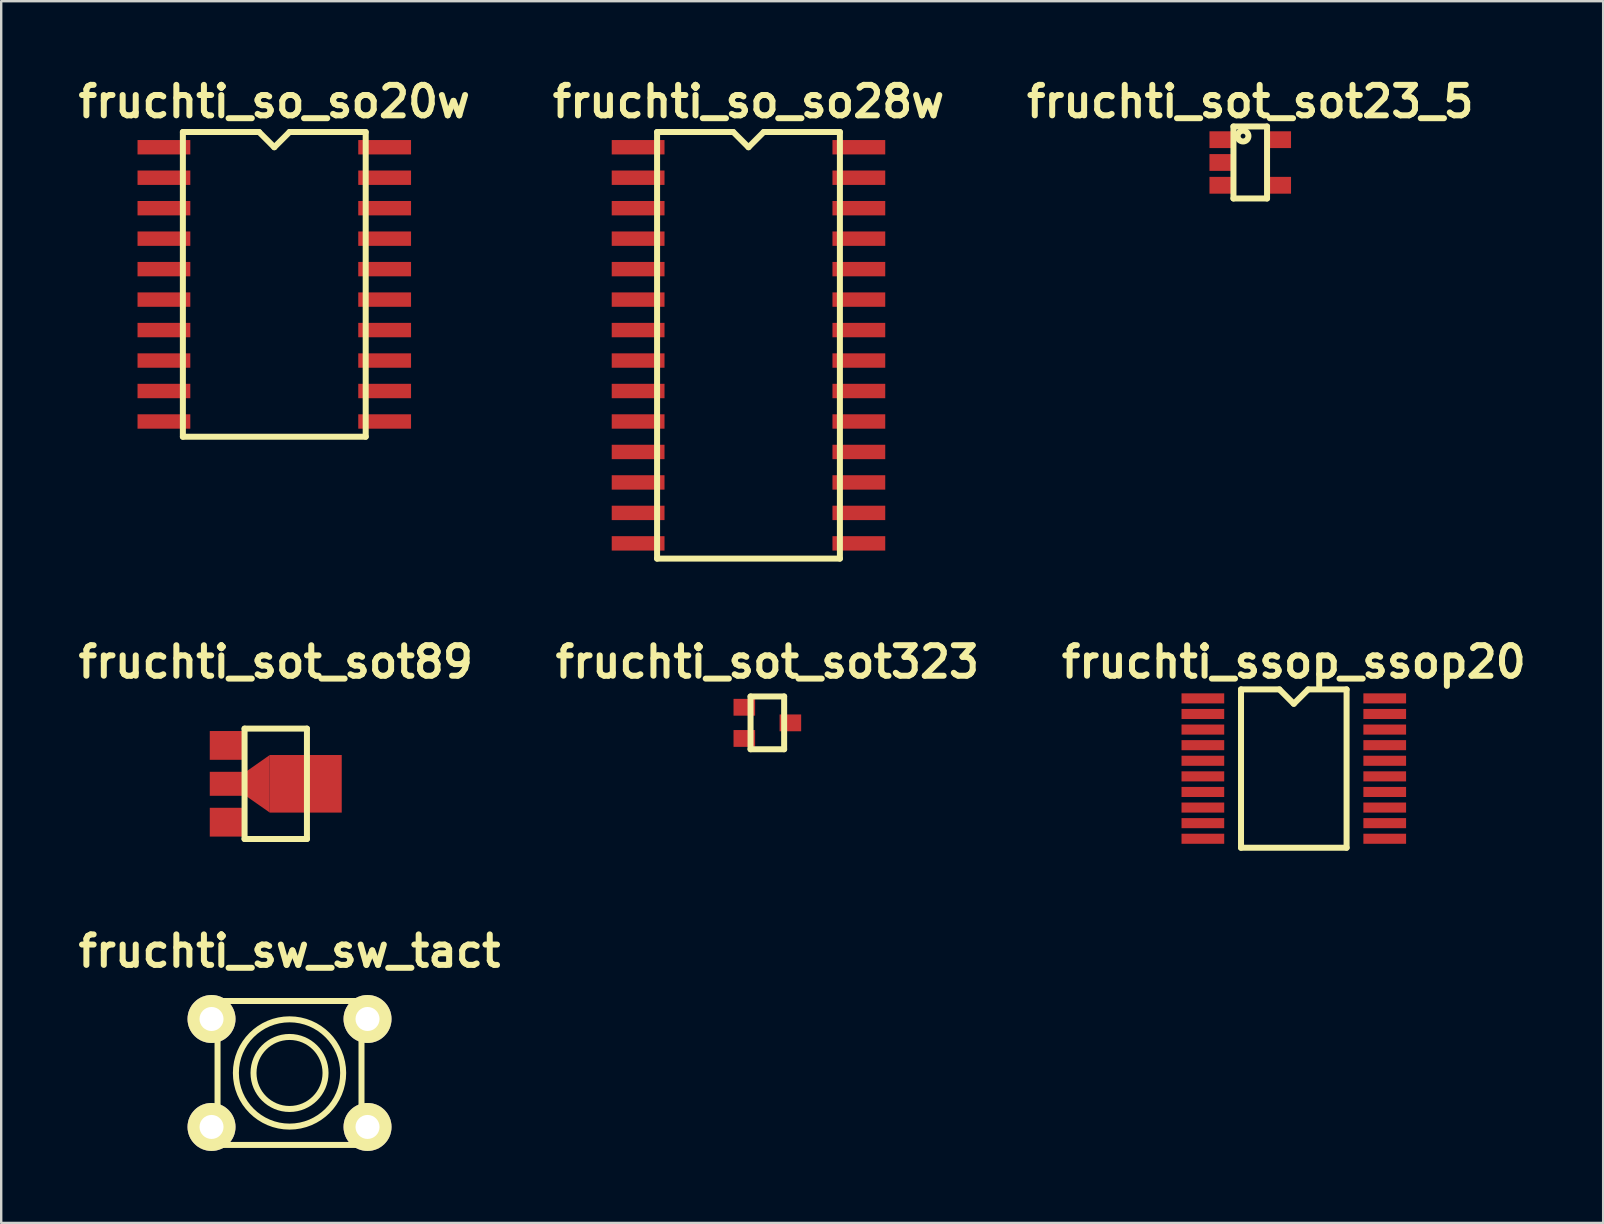
<source format=kicad_pcb>
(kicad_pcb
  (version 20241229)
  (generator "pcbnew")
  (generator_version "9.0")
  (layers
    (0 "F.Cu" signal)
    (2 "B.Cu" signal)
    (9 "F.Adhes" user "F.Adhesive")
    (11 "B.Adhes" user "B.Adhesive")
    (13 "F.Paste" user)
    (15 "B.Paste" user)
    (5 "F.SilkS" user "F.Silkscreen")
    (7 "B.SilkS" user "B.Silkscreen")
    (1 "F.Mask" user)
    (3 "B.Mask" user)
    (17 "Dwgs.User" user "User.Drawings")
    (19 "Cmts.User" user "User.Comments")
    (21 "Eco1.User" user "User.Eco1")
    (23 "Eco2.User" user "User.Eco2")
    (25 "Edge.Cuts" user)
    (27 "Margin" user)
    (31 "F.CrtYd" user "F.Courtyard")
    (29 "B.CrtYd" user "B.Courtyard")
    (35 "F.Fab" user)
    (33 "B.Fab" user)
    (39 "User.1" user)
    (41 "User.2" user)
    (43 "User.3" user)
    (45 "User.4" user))
  (footprint "fruchti_sot_sot89"
    (layer "F.Cu")
    (at 8.443 29.618)
    (property "Reference" "fruchti_sot_sot89" (at 0 -5.08 0) (layer "F.SilkS") (effects (font (size 1.27 1.27) (thickness 0.25))))
    (attr through_hole)
    (fp_line (start -1.3 -2.3) (end -1.3 2.3) (stroke (width 0.25) (type solid)) (layer "F.SilkS"))
    (fp_line (start -1.3 2.3) (end 1.3 2.3) (stroke (width 0.25) (type solid)) (layer "F.SilkS"))
    (fp_line (start 1.3 -2.3) (end -1.3 -2.3) (stroke (width 0.25) (type solid)) (layer "F.SilkS"))
    (fp_line (start 1.3 2.3) (end 1.3 -2.3) (stroke (width 0.25) (type solid)) (layer "F.SilkS"))
    (pad "1" smd rect (at -2 -1.6) (size 1.5 1.2) (layers "F.Cu" "F.Mask" "F.Paste"))
    (pad "2" smd rect (at -2 0) (size 1.5 1) (layers "F.Cu" "F.Mask" "F.Paste"))
    (pad "2" smd trapezoid (at -0.75 0 180) (size 1 1.7) (rect_delta 0.7 0) (layers "F.Cu" "F.Mask" "F.Paste"))
    (pad "2" smd rect (at 1.25 0) (size 3 2.4) (layers "F.Cu" "F.Mask" "F.Paste"))
    (pad "3" smd rect (at -2 1.6) (size 1.5 1.2) (layers "F.Cu" "F.Mask" "F.Paste")))
  (footprint "fruchti_so_so20w"
    (layer "F.Cu")
    (at 8.382 8.802)
    (property "Reference" "fruchti_so_so20w" (at 0 -7.62 0) (layer "F.SilkS") (effects (font (size 1.27 1.27) (thickness 0.25))))
    (attr through_hole)
    (fp_line (start -3.81 -6.35) (end -3.81 6.35) (stroke (width 0.25) (type solid)) (layer "F.SilkS"))
    (fp_line (start -3.81 6.35) (end 3.81 6.35) (stroke (width 0.25) (type solid)) (layer "F.SilkS"))
    (fp_line (start -0.635 -6.35) (end -3.81 -6.35) (stroke (width 0.25) (type solid)) (layer "F.SilkS"))
    (fp_line (start -0.635 -6.35) (end 0 -5.715) (stroke (width 0.25) (type solid)) (layer "F.SilkS"))
    (fp_line (start 0 -5.715) (end 0.635 -6.35) (stroke (width 0.25) (type solid)) (layer "F.SilkS"))
    (fp_line (start 3.81 -6.35) (end 0.635 -6.35) (stroke (width 0.25) (type solid)) (layer "F.SilkS"))
    (fp_line (start 3.81 6.35) (end 3.81 -6.35) (stroke (width 0.25) (type solid)) (layer "F.SilkS"))
    (pad "1" smd rect (at -4.6 -5.715) (size 2.2 0.6) (layers "F.Cu" "F.Mask" "F.Paste"))
    (pad "2" smd rect (at -4.6 -4.445) (size 2.2 0.6) (layers "F.Cu" "F.Mask" "F.Paste"))
    (pad "3" smd rect (at -4.6 -3.175) (size 2.2 0.6) (layers "F.Cu" "F.Mask" "F.Paste"))
    (pad "4" smd rect (at -4.6 -1.905) (size 2.2 0.6) (layers "F.Cu" "F.Mask" "F.Paste"))
    (pad "5" smd rect (at -4.6 -0.635) (size 2.2 0.6) (layers "F.Cu" "F.Mask" "F.Paste"))
    (pad "6" smd rect (at -4.6 0.635) (size 2.2 0.6) (layers "F.Cu" "F.Mask" "F.Paste"))
    (pad "7" smd rect (at -4.6 1.905) (size 2.2 0.6) (layers "F.Cu" "F.Mask" "F.Paste"))
    (pad "8" smd rect (at -4.6 3.175) (size 2.2 0.6) (layers "F.Cu" "F.Mask" "F.Paste"))
    (pad "9" smd rect (at -4.6 4.445) (size 2.2 0.6) (layers "F.Cu" "F.Mask" "F.Paste"))
    (pad "10" smd rect (at -4.6 5.715) (size 2.2 0.6) (layers "F.Cu" "F.Mask" "F.Paste"))
    (pad "11" smd rect (at 4.6 5.715) (size 2.2 0.6) (layers "F.Cu" "F.Mask" "F.Paste"))
    (pad "12" smd rect (at 4.6 4.445) (size 2.2 0.6) (layers "F.Cu" "F.Mask" "F.Paste"))
    (pad "13" smd rect (at 4.6 3.175) (size 2.2 0.6) (layers "F.Cu" "F.Mask" "F.Paste"))
    (pad "14" smd rect (at 4.6 1.905) (size 2.2 0.6) (layers "F.Cu" "F.Mask" "F.Paste"))
    (pad "15" smd rect (at 4.6 0.635) (size 2.2 0.6) (layers "F.Cu" "F.Mask" "F.Paste"))
    (pad "16" smd rect (at 4.6 -0.635) (size 2.2 0.6) (layers "F.Cu" "F.Mask" "F.Paste"))
    (pad "17" smd rect (at 4.6 -1.905) (size 2.2 0.6) (layers "F.Cu" "F.Mask" "F.Paste"))
    (pad "18" smd rect (at 4.6 -3.175) (size 2.2 0.6) (layers "F.Cu" "F.Mask" "F.Paste"))
    (pad "19" smd rect (at 4.6 -4.445) (size 2.2 0.6) (layers "F.Cu" "F.Mask" "F.Paste"))
    (pad "20" smd rect (at 4.6 -5.715) (size 2.2 0.6) (layers "F.Cu" "F.Mask" "F.Paste")))
  (footprint "fruchti_sw_sw_tact"
    (layer "F.Cu")
    (at 9.017 41.67)
    (property "Reference" "fruchti_sw_sw_tact" (at 0 -5.08 0) (layer "F.SilkS") (effects (font (size 1.27 1.27) (thickness 0.25))))
    (attr through_hole)
    (fp_line (start -3 3) (end -3 -3) (stroke (width 0.25) (type solid)) (layer "F.SilkS"))
    (fp_line (start -3 3) (end 3 3) (stroke (width 0.25) (type solid)) (layer "F.SilkS"))
    (fp_line (start 3 -3) (end -3 -3) (stroke (width 0.25) (type solid)) (layer "F.SilkS"))
    (fp_line (start 3 3) (end 3 -3) (stroke (width 0.25) (type solid)) (layer "F.SilkS"))
    (fp_circle (center 0 0) (end 1.001 1.999) (stroke (width 0.25) (type solid)) (fill no) (layer "F.SilkS"))
    (fp_circle (center 0 0) (end 1.501 0) (stroke (width 0.25) (type solid)) (fill no) (layer "F.SilkS"))
    (pad "1" thru_hole circle (at -3.251 -2.25) (size 1.999 1.999) (drill 1.001) (layers "*.Cu" "*.Mask" "F.SilkS"))
    (pad "2" thru_hole circle (at 3.251 -2.25) (size 1.999 1.999) (drill 1.001) (layers "*.Cu" "*.Mask" "F.SilkS"))
    (pad "3" thru_hole circle (at -3.251 2.25) (size 1.999 1.999) (drill 1.001) (layers "*.Cu" "*.Mask" "F.SilkS"))
    (pad "4" thru_hole circle (at 3.251 2.25) (size 1.999 1.999) (drill 1.001) (layers "*.Cu" "*.Mask" "F.SilkS")))
  (footprint "fruchti_ssop_ssop20"
    (layer "F.Cu")
    (at 50.874 28.983)
    (property "Reference" "fruchti_ssop_ssop20" (at 0 -4.445 0) (layer "F.SilkS") (effects (font (size 1.27 1.27) (thickness 0.25))))
    (attr through_hole)
    (fp_line (start -2.2 -3.3) (end -2.2 3.3) (stroke (width 0.25) (type solid)) (layer "F.SilkS"))
    (fp_line (start -2.2 3.3) (end 2.2 3.3) (stroke (width 0.25) (type solid)) (layer "F.SilkS"))
    (fp_line (start -0.6 -3.3) (end -2.2 -3.3) (stroke (width 0.25) (type solid)) (layer "F.SilkS"))
    (fp_line (start 0 -2.7) (end -0.6 -3.3) (stroke (width 0.25) (type solid)) (layer "F.SilkS"))
    (fp_line (start 0.6 -3.3) (end 0 -2.7) (stroke (width 0.25) (type solid)) (layer "F.SilkS"))
    (fp_line (start 2.2 -3.3) (end 0.6 -3.3) (stroke (width 0.25) (type solid)) (layer "F.SilkS"))
    (fp_line (start 2.2 3.3) (end 2.2 -3.3) (stroke (width 0.25) (type solid)) (layer "F.SilkS"))
    (pad "1" smd rect (at -3.79 -2.925) (size 1.78 0.42) (layers "F.Cu" "F.Mask" "F.Paste"))
    (pad "2" smd rect (at -3.79 -2.275) (size 1.78 0.42) (layers "F.Cu" "F.Mask" "F.Paste"))
    (pad "3" smd rect (at -3.79 -1.625) (size 1.78 0.42) (layers "F.Cu" "F.Mask" "F.Paste"))
    (pad "4" smd rect (at -3.79 -0.975) (size 1.78 0.42) (layers "F.Cu" "F.Mask" "F.Paste"))
    (pad "5" smd rect (at -3.79 -0.325) (size 1.78 0.42) (layers "F.Cu" "F.Mask" "F.Paste"))
    (pad "6" smd rect (at -3.79 0.325) (size 1.78 0.42) (layers "F.Cu" "F.Mask" "F.Paste"))
    (pad "7" smd rect (at -3.79 0.975) (size 1.78 0.42) (layers "F.Cu" "F.Mask" "F.Paste"))
    (pad "8" smd rect (at -3.79 1.625) (size 1.78 0.42) (layers "F.Cu" "F.Mask" "F.Paste"))
    (pad "9" smd rect (at -3.79 2.275) (size 1.78 0.42) (layers "F.Cu" "F.Mask" "F.Paste"))
    (pad "10" smd rect (at -3.79 2.925) (size 1.78 0.42) (layers "F.Cu" "F.Mask" "F.Paste"))
    (pad "11" smd rect (at 3.79 2.925) (size 1.78 0.42) (layers "F.Cu" "F.Mask" "F.Paste"))
    (pad "12" smd rect (at 3.79 2.275) (size 1.78 0.42) (layers "F.Cu" "F.Mask" "F.Paste"))
    (pad "13" smd rect (at 3.79 1.625) (size 1.78 0.42) (layers "F.Cu" "F.Mask" "F.Paste"))
    (pad "14" smd rect (at 3.79 0.975) (size 1.78 0.42) (layers "F.Cu" "F.Mask" "F.Paste"))
    (pad "15" smd rect (at 3.79 0.325) (size 1.78 0.42) (layers "F.Cu" "F.Mask" "F.Paste"))
    (pad "16" smd rect (at 3.79 -0.325) (size 1.78 0.42) (layers "F.Cu" "F.Mask" "F.Paste"))
    (pad "17" smd rect (at 3.79 -0.975) (size 1.78 0.42) (layers "F.Cu" "F.Mask" "F.Paste"))
    (pad "18" smd rect (at 3.79 -1.625) (size 1.78 0.42) (layers "F.Cu" "F.Mask" "F.Paste"))
    (pad "19" smd rect (at 3.79 -2.275) (size 1.78 0.42) (layers "F.Cu" "F.Mask" "F.Paste"))
    (pad "20" smd rect (at 3.79 -2.925) (size 1.78 0.42) (layers "F.Cu" "F.Mask" "F.Paste")))
  (footprint "fruchti_sot_sot323"
    (layer "F.Cu")
    (at 28.932 27.078)
    (property "Reference" "fruchti_sot_sot323" (at 0 -2.54 0) (layer "F.SilkS") (effects (font (size 1.27 1.27) (thickness 0.25))))
    (attr through_hole)
    (fp_line (start -0.7 -1.1) (end -0.7 1.1) (stroke (width 0.25) (type solid)) (layer "F.SilkS"))
    (fp_line (start 0.7 -1.1) (end -0.7 -1.1) (stroke (width 0.25) (type solid)) (layer "F.SilkS"))
    (fp_line (start 0.7 1.1) (end -0.7 1.1) (stroke (width 0.25) (type solid)) (layer "F.SilkS"))
    (fp_line (start 0.7 1.1) (end 0.7 -1.1) (stroke (width 0.25) (type solid)) (layer "F.SilkS"))
    (pad "1" smd rect (at -0.96 -0.65) (size 0.899 0.701) (layers "F.Cu" "F.Mask" "F.Paste"))
    (pad "2" smd rect (at -0.96 0.65) (size 0.899 0.701) (layers "F.Cu" "F.Mask" "F.Paste"))
    (pad "3" smd rect (at 0.96 0) (size 0.899 0.701) (layers "F.Cu" "F.Mask" "F.Paste")))
  (footprint "fruchti_so_so28w"
    (layer "F.Cu")
    (at 28.146 11.342)
    (property "Reference" "fruchti_so_so28w" (at 0 -10.16 0) (layer "F.SilkS") (effects (font (size 1.27 1.27) (thickness 0.25))))
    (attr through_hole)
    (fp_line (start -3.81 8.89) (end -3.81 -8.89) (stroke (width 0.25) (type solid)) (layer "F.SilkS"))
    (fp_line (start -3.81 8.89) (end 3.81 8.89) (stroke (width 0.25) (type solid)) (layer "F.SilkS"))
    (fp_line (start -0.635 -8.89) (end -3.81 -8.89) (stroke (width 0.25) (type solid)) (layer "F.SilkS"))
    (fp_line (start -0.635 -8.89) (end 0 -8.255) (stroke (width 0.25) (type solid)) (layer "F.SilkS"))
    (fp_line (start 0 -8.255) (end 0.635 -8.89) (stroke (width 0.25) (type solid)) (layer "F.SilkS"))
    (fp_line (start 3.81 -8.89) (end 0.635 -8.89) (stroke (width 0.25) (type solid)) (layer "F.SilkS"))
    (fp_line (start 3.81 -8.89) (end 3.81 8.89) (stroke (width 0.25) (type solid)) (layer "F.SilkS"))
    (pad "1" smd rect (at -4.6 -8.255) (size 2.2 0.6) (layers "F.Cu" "F.Mask" "F.Paste"))
    (pad "2" smd rect (at -4.6 -6.985) (size 2.2 0.6) (layers "F.Cu" "F.Mask" "F.Paste"))
    (pad "3" smd rect (at -4.6 -5.715) (size 2.2 0.6) (layers "F.Cu" "F.Mask" "F.Paste"))
    (pad "4" smd rect (at -4.6 -4.445) (size 2.2 0.6) (layers "F.Cu" "F.Mask" "F.Paste"))
    (pad "5" smd rect (at -4.6 -3.175) (size 2.2 0.6) (layers "F.Cu" "F.Mask" "F.Paste"))
    (pad "6" smd rect (at -4.6 -1.905) (size 2.2 0.6) (layers "F.Cu" "F.Mask" "F.Paste"))
    (pad "7" smd rect (at -4.6 -0.635) (size 2.2 0.6) (layers "F.Cu" "F.Mask" "F.Paste"))
    (pad "8" smd rect (at -4.6 0.635) (size 2.2 0.6) (layers "F.Cu" "F.Mask" "F.Paste"))
    (pad "9" smd rect (at -4.6 1.905) (size 2.2 0.6) (layers "F.Cu" "F.Mask" "F.Paste"))
    (pad "10" smd rect (at -4.6 3.175) (size 2.2 0.6) (layers "F.Cu" "F.Mask" "F.Paste"))
    (pad "11" smd rect (at -4.6 4.445) (size 2.2 0.6) (layers "F.Cu" "F.Mask" "F.Paste"))
    (pad "12" smd rect (at -4.6 5.715) (size 2.2 0.6) (layers "F.Cu" "F.Mask" "F.Paste"))
    (pad "13" smd rect (at -4.6 6.985) (size 2.2 0.6) (layers "F.Cu" "F.Mask" "F.Paste"))
    (pad "14" smd rect (at -4.6 8.255) (size 2.2 0.6) (layers "F.Cu" "F.Mask" "F.Paste"))
    (pad "15" smd rect (at 4.6 8.255) (size 2.2 0.6) (layers "F.Cu" "F.Mask" "F.Paste"))
    (pad "16" smd rect (at 4.6 6.985) (size 2.2 0.6) (layers "F.Cu" "F.Mask" "F.Paste"))
    (pad "17" smd rect (at 4.6 5.715) (size 2.2 0.6) (layers "F.Cu" "F.Mask" "F.Paste"))
    (pad "18" smd rect (at 4.6 4.445) (size 2.2 0.6) (layers "F.Cu" "F.Mask" "F.Paste"))
    (pad "19" smd rect (at 4.6 3.175) (size 2.2 0.6) (layers "F.Cu" "F.Mask" "F.Paste"))
    (pad "20" smd rect (at 4.6 1.905) (size 2.2 0.6) (layers "F.Cu" "F.Mask" "F.Paste"))
    (pad "21" smd rect (at 4.6 0.635) (size 2.2 0.6) (layers "F.Cu" "F.Mask" "F.Paste"))
    (pad "22" smd rect (at 4.6 -0.635) (size 2.2 0.6) (layers "F.Cu" "F.Mask" "F.Paste"))
    (pad "23" smd rect (at 4.6 -1.905) (size 2.2 0.6) (layers "F.Cu" "F.Mask" "F.Paste"))
    (pad "24" smd rect (at 4.6 -3.175) (size 2.2 0.6) (layers "F.Cu" "F.Mask" "F.Paste"))
    (pad "25" smd rect (at 4.6 -4.445) (size 2.2 0.6) (layers "F.Cu" "F.Mask" "F.Paste"))
    (pad "26" smd rect (at 4.6 -5.715) (size 2.2 0.6) (layers "F.Cu" "F.Mask" "F.Paste"))
    (pad "27" smd rect (at 4.6 -6.985) (size 2.2 0.6) (layers "F.Cu" "F.Mask" "F.Paste"))
    (pad "28" smd rect (at 4.6 -8.255) (size 2.2 0.6) (layers "F.Cu" "F.Mask" "F.Paste")))
  (footprint "fruchti_sot_sot23_5"
    (layer "F.Cu")
    (at 49.059 3.722)
    (property "Reference" "fruchti_sot_sot23_5" (at 0 -2.54 0) (layer "F.SilkS") (effects (font (size 1.27 1.27) (thickness 0.25))))
    (attr through_hole)
    (fp_line (start -0.7 -1.5) (end 0.7 -1.5) (stroke (width 0.25) (type solid)) (layer "F.SilkS"))
    (fp_line (start -0.7 1.5) (end -0.7 -1.5) (stroke (width 0.25) (type solid)) (layer "F.SilkS"))
    (fp_line (start 0.7 1.5) (end -0.7 1.5) (stroke (width 0.25) (type solid)) (layer "F.SilkS"))
    (fp_line (start 0.7 1.5) (end 0.7 -1.5) (stroke (width 0.25) (type solid)) (layer "F.SilkS"))
    (fp_circle (center -0.3 -1.1) (end -0.3 -1) (stroke (width 0.25) (type solid)) (fill no) (layer "F.SilkS"))
    (pad "1" smd rect (at -1.199 -0.95) (size 1.001 0.7) (layers "F.Cu" "F.Mask" "F.Paste"))
    (pad "2" smd rect (at -1.2 0) (size 1.001 0.7) (layers "F.Cu" "F.Mask" "F.Paste"))
    (pad "3" smd rect (at -1.199 0.95) (size 1.001 0.7) (layers "F.Cu" "F.Mask" "F.Paste"))
    (pad "4" smd rect (at 1.199 0.95) (size 1.001 0.7) (layers "F.Cu" "F.Mask" "F.Paste"))
    (pad "5" smd rect (at 1.199 -0.95) (size 1.001 0.7) (layers "F.Cu" "F.Mask" "F.Paste")))
  (gr_rect
    (start -3 -3)
    (end 63.768 47.92)
    (stroke (width 0.1) (type default))
    (fill no)
    (layer "Edge.Cuts")))
</source>
